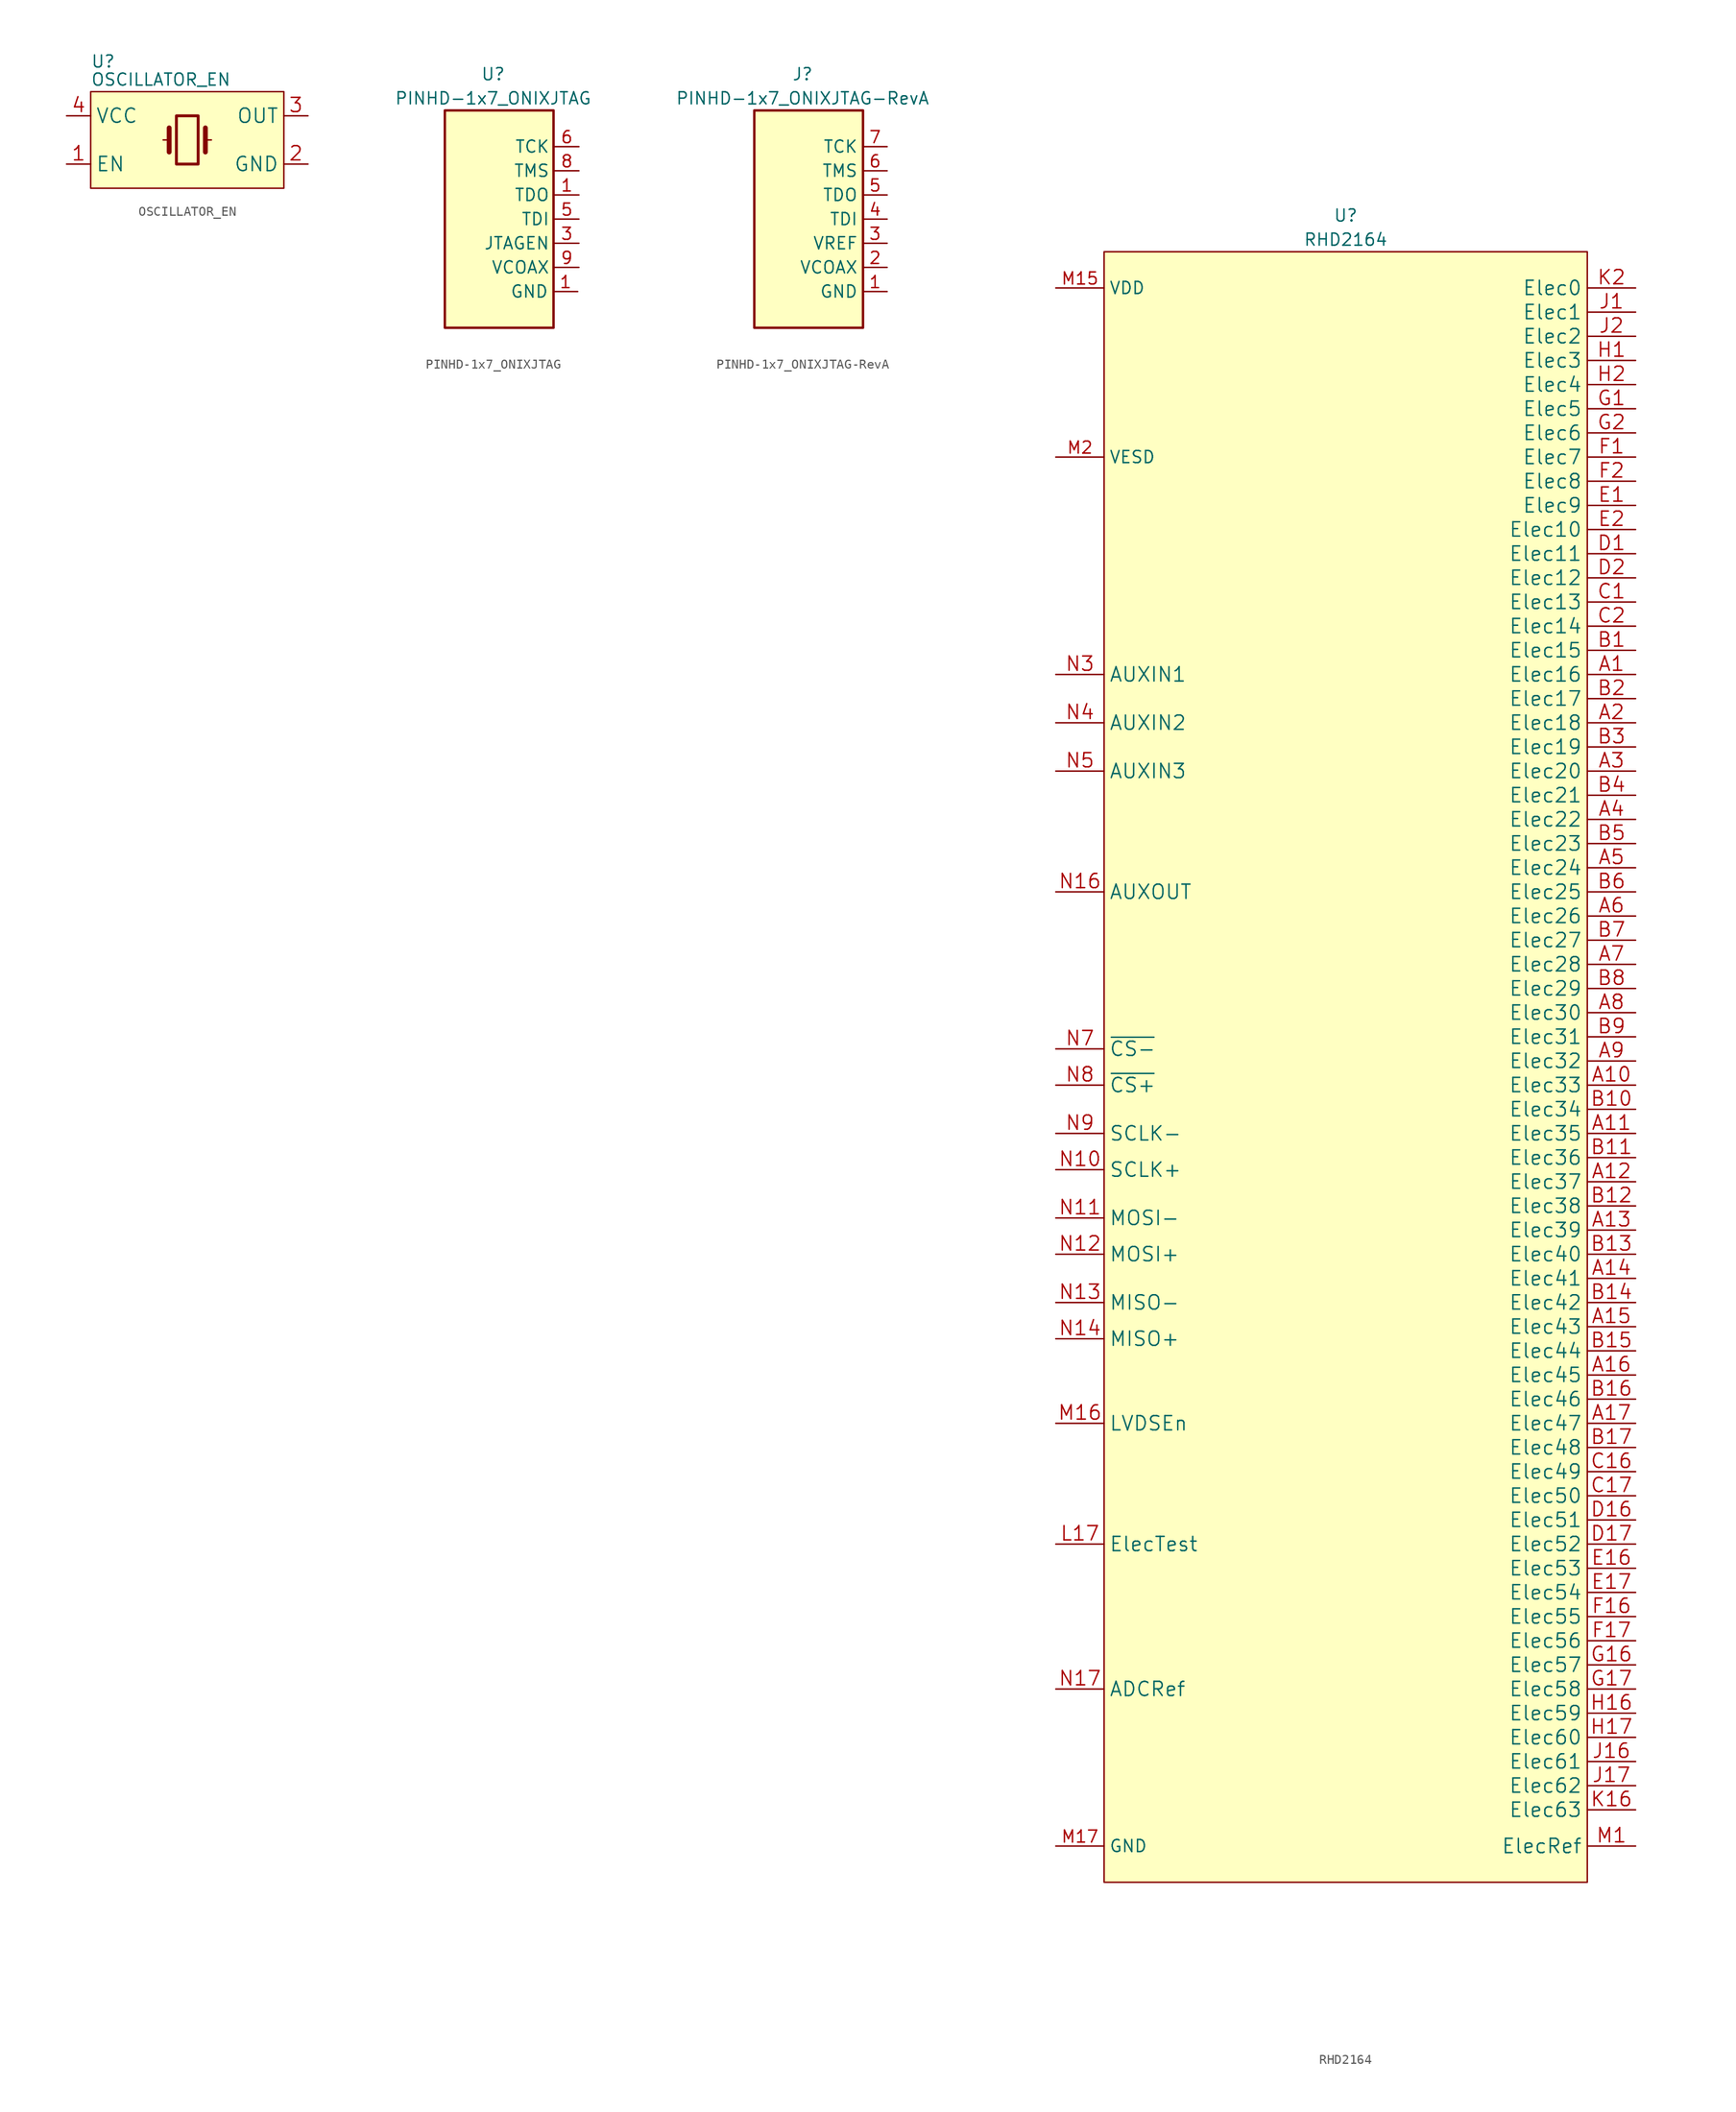
<source format=kicad_sym>
(kicad_symbol_lib
  (version 20211014)
  (generator kicad_symbol_editor)
  (symbol "OSCILLATOR_EN"
    (property "Reference" "U"
      (at -10.16 8.255 0)
      (effects (font (size 1.27 1.27)) (justify left)))
    (property "Value" "OSCILLATOR_EN"
      (at -10.16 6.35 0)
      (effects (font (size 1.27 1.27)) (justify left)))
    (symbol "OSCILLATOR_EN_0_1"
      (rectangle (start -10.16 5.08) (end 10.16 -5.08) (stroke (width 0.152) (type default) (color 0 0 0 0)) (fill (type background)))
      (rectangle (start -1.143 2.54) (end 1.143 -2.54) (stroke (width 0.305) (type default) (color 0 0 0 0)) (fill (type none)))
      (polyline (pts (xy -2.54 0) (xy -1.905 0)) (stroke (width 0) (type default) (color 0 0 0 0)) (fill (type none)))
      (polyline (pts (xy -1.905 -1.27) (xy -1.905 1.27)) (stroke (width 0.508) (type default) (color 0 0 0 0)) (fill (type none)))
      (polyline (pts (xy 1.905 -1.27) (xy 1.905 1.27)) (stroke (width 0.508) (type default) (color 0 0 0 0)) (fill (type none)))
      (polyline (pts (xy 2.54 0) (xy 1.905 0)) (stroke (width 0) (type default) (color 0 0 0 0)) (fill (type none))))
    (symbol "OSCILLATOR_EN_1_1"
      (pin input line (at -12.7 -2.54 0) (length 2.54) (name "EN" (effects (font (size 1.499 1.499)))) (number "1" (effects (font (size 1.499 1.499)))))
      (pin power_in line (at 12.7 -2.54 180) (length 2.54) (name "GND" (effects (font (size 1.499 1.499)))) (number "2" (effects (font (size 1.499 1.499)))))
      (pin output line (at 12.7 2.54 180) (length 2.54) (name "OUT" (effects (font (size 1.499 1.499)))) (number "3" (effects (font (size 1.499 1.499)))))
      (pin power_in line (at -12.7 2.54 0) (length 2.54) (name "VCC" (effects (font (size 1.499 1.499)))) (number "4" (effects (font (size 1.499 1.499)))))))
  (symbol "PINHD-1x7_ONIXJTAG"
    (property "Reference" "U"
      (at 0 16.51 0)
      (effects (font (size 1.27 1.27))))
    (property "Value" "PINHD-1x7_ONIXJTAG"
      (at 0 13.97 0)
      (effects (font (size 1.27 1.27))))
    (symbol "PINHD-1x7_ONIXJTAG_0_1"
      (rectangle (start -5.08 12.7) (end 6.35 -10.16) (stroke (width 0.254) (type default) (color 0 0 0 0)) (fill (type background))))
    (symbol "PINHD-1x7_ONIXJTAG_1_1"
      (pin power_in line (at 8.89 -6.35 180) (length 2.54) (name "GND" (effects (font (size 1.27 1.27)))) (number "1" (effects (font (size 1.27 1.27)))))
      (pin passive line (at 9.017 3.81 180) (length 2.54) (name "TDO" (effects (font (size 1.27 1.27)))) (number "1" (effects (font (size 1.27 1.27)))))
      (pin passive line (at 9.017 -1.27 180) (length 2.54) (name "JTAGEN" (effects (font (size 1.27 1.27)))) (number "3" (effects (font (size 1.27 1.27)))))
      (pin passive line (at 9.017 1.27 180) (length 2.54) (name "TDI" (effects (font (size 1.27 1.27)))) (number "5" (effects (font (size 1.27 1.27)))))
      (pin passive line (at 9.017 8.89 180) (length 2.54) (name "TCK" (effects (font (size 1.27 1.27)))) (number "6" (effects (font (size 1.27 1.27)))))
      (pin passive line (at 9.017 6.35 180) (length 2.54) (name "TMS" (effects (font (size 1.27 1.27)))) (number "8" (effects (font (size 1.27 1.27)))))
      (pin power_in line (at 9.017 -3.81 180) (length 2.54) (name "VCOAX" (effects (font (size 1.27 1.27)))) (number "9" (effects (font (size 1.27 1.27)))))))
  (symbol "PINHD-1x7_ONIXJTAG-RevA"
    (property "Reference" "J"
      (at 0 16.51 0)
      (effects (font (size 1.27 1.27))))
    (property "Value" "PINHD-1x7_ONIXJTAG-RevA"
      (at 0 13.97 0)
      (effects (font (size 1.27 1.27))))
    (symbol "PINHD-1x7_ONIXJTAG-RevA_0_1"
      (rectangle (start -5.08 12.7) (end 6.35 -10.16) (stroke (width 0.254) (type default) (color 0 0 0 0)) (fill (type background))))
    (symbol "PINHD-1x7_ONIXJTAG-RevA_1_1"
      (pin power_in line (at 8.89 -6.35 180) (length 2.54) (name "GND" (effects (font (size 1.27 1.27)))) (number "1" (effects (font (size 1.27 1.27)))))
      (pin power_out line (at 8.89 -3.81 180) (length 2.54) (name "VCOAX" (effects (font (size 1.27 1.27)))) (number "2" (effects (font (size 1.27 1.27)))))
      (pin input line (at 8.89 -1.27 180) (length 2.54) (name "VREF" (effects (font (size 1.27 1.27)))) (number "3" (effects (font (size 1.27 1.27)))))
      (pin input line (at 8.89 1.27 180) (length 2.54) (name "TDI" (effects (font (size 1.27 1.27)))) (number "4" (effects (font (size 1.27 1.27)))))
      (pin output line (at 8.89 3.81 180) (length 2.54) (name "TDO" (effects (font (size 1.27 1.27)))) (number "5" (effects (font (size 1.27 1.27)))))
      (pin output line (at 8.89 6.35 180) (length 2.54) (name "TMS" (effects (font (size 1.27 1.27)))) (number "6" (effects (font (size 1.27 1.27)))))
      (pin output line (at 8.89 8.89 180) (length 2.54) (name "TCK" (effects (font (size 1.27 1.27)))) (number "7" (effects (font (size 1.27 1.27)))))))
  (symbol "RHD2164"
    (property "Reference" "U"
      (at 0 78.74 0)
      (effects (font (size 1.27 1.27))))
    (property "Value" "RHD2164"
      (at 0 76.2 0)
      (effects (font (size 1.27 1.27))))
    (symbol "RHD2164_0_1"
      (rectangle (start -25.4 74.93) (end 25.4 -96.52) (stroke (width 0.152) (type default) (color 0 0 0 0)) (fill (type background))))
    (symbol "RHD2164_1_1"
      (pin input line (at 30.48 30.48 180) (length 5.08) (name "Elec16" (effects (font (size 1.499 1.499)))) (number "A1" (effects (font (size 1.499 1.499)))))
      (pin input line (at 30.48 -12.7 180) (length 5.08) (name "Elec33" (effects (font (size 1.499 1.499)))) (number "A10" (effects (font (size 1.499 1.499)))))
      (pin input line (at 30.48 -17.78 180) (length 5.08) (name "Elec35" (effects (font (size 1.499 1.499)))) (number "A11" (effects (font (size 1.499 1.499)))))
      (pin input line (at 30.48 -22.86 180) (length 5.08) (name "Elec37" (effects (font (size 1.499 1.499)))) (number "A12" (effects (font (size 1.499 1.499)))))
      (pin input line (at 30.48 -27.94 180) (length 5.08) (name "Elec39" (effects (font (size 1.499 1.499)))) (number "A13" (effects (font (size 1.499 1.499)))))
      (pin input line (at 30.48 -33.02 180) (length 5.08) (name "Elec41" (effects (font (size 1.499 1.499)))) (number "A14" (effects (font (size 1.499 1.499)))))
      (pin input line (at 30.48 -38.1 180) (length 5.08) (name "Elec43" (effects (font (size 1.499 1.499)))) (number "A15" (effects (font (size 1.499 1.499)))))
      (pin input line (at 30.48 -43.18 180) (length 5.08) (name "Elec45" (effects (font (size 1.499 1.499)))) (number "A16" (effects (font (size 1.499 1.499)))))
      (pin input line (at 30.48 -48.26 180) (length 5.08) (name "Elec47" (effects (font (size 1.499 1.499)))) (number "A17" (effects (font (size 1.499 1.499)))))
      (pin input line (at 30.48 25.4 180) (length 5.08) (name "Elec18" (effects (font (size 1.499 1.499)))) (number "A2" (effects (font (size 1.499 1.499)))))
      (pin input line (at 30.48 20.32 180) (length 5.08) (name "Elec20" (effects (font (size 1.499 1.499)))) (number "A3" (effects (font (size 1.499 1.499)))))
      (pin input line (at 30.48 15.24 180) (length 5.08) (name "Elec22" (effects (font (size 1.499 1.499)))) (number "A4" (effects (font (size 1.499 1.499)))))
      (pin input line (at 30.48 10.16 180) (length 5.08) (name "Elec24" (effects (font (size 1.499 1.499)))) (number "A5" (effects (font (size 1.499 1.499)))))
      (pin input line (at 30.48 5.08 180) (length 5.08) (name "Elec26" (effects (font (size 1.499 1.499)))) (number "A6" (effects (font (size 1.499 1.499)))))
      (pin input line (at 30.48 0 180) (length 5.08) (name "Elec28" (effects (font (size 1.499 1.499)))) (number "A7" (effects (font (size 1.499 1.499)))))
      (pin input line (at 30.48 -5.08 180) (length 5.08) (name "Elec30" (effects (font (size 1.499 1.499)))) (number "A8" (effects (font (size 1.499 1.499)))))
      (pin input line (at 30.48 -10.16 180) (length 5.08) (name "Elec32" (effects (font (size 1.499 1.499)))) (number "A9" (effects (font (size 1.499 1.499)))))
      (pin input line (at 30.48 33.02 180) (length 5.08) (name "Elec15" (effects (font (size 1.499 1.499)))) (number "B1" (effects (font (size 1.499 1.499)))))
      (pin input line (at 30.48 -15.24 180) (length 5.08) (name "Elec34" (effects (font (size 1.499 1.499)))) (number "B10" (effects (font (size 1.499 1.499)))))
      (pin input line (at 30.48 -20.32 180) (length 5.08) (name "Elec36" (effects (font (size 1.499 1.499)))) (number "B11" (effects (font (size 1.499 1.499)))))
      (pin input line (at 30.48 -25.4 180) (length 5.08) (name "Elec38" (effects (font (size 1.499 1.499)))) (number "B12" (effects (font (size 1.499 1.499)))))
      (pin input line (at 30.48 -30.48 180) (length 5.08) (name "Elec40" (effects (font (size 1.499 1.499)))) (number "B13" (effects (font (size 1.499 1.499)))))
      (pin input line (at 30.48 -35.56 180) (length 5.08) (name "Elec42" (effects (font (size 1.499 1.499)))) (number "B14" (effects (font (size 1.499 1.499)))))
      (pin input line (at 30.48 -40.64 180) (length 5.08) (name "Elec44" (effects (font (size 1.499 1.499)))) (number "B15" (effects (font (size 1.499 1.499)))))
      (pin input line (at 30.48 -45.72 180) (length 5.08) (name "Elec46" (effects (font (size 1.499 1.499)))) (number "B16" (effects (font (size 1.499 1.499)))))
      (pin input line (at 30.48 -50.8 180) (length 5.08) (name "Elec48" (effects (font (size 1.499 1.499)))) (number "B17" (effects (font (size 1.499 1.499)))))
      (pin input line (at 30.48 27.94 180) (length 5.08) (name "Elec17" (effects (font (size 1.499 1.499)))) (number "B2" (effects (font (size 1.499 1.499)))))
      (pin input line (at 30.48 22.86 180) (length 5.08) (name "Elec19" (effects (font (size 1.499 1.499)))) (number "B3" (effects (font (size 1.499 1.499)))))
      (pin input line (at 30.48 17.78 180) (length 5.08) (name "Elec21" (effects (font (size 1.499 1.499)))) (number "B4" (effects (font (size 1.499 1.499)))))
      (pin input line (at 30.48 12.7 180) (length 5.08) (name "Elec23" (effects (font (size 1.499 1.499)))) (number "B5" (effects (font (size 1.499 1.499)))))
      (pin input line (at 30.48 7.62 180) (length 5.08) (name "Elec25" (effects (font (size 1.499 1.499)))) (number "B6" (effects (font (size 1.499 1.499)))))
      (pin input line (at 30.48 2.54 180) (length 5.08) (name "Elec27" (effects (font (size 1.499 1.499)))) (number "B7" (effects (font (size 1.499 1.499)))))
      (pin input line (at 30.48 -2.54 180) (length 5.08) (name "Elec29" (effects (font (size 1.499 1.499)))) (number "B8" (effects (font (size 1.499 1.499)))))
      (pin input line (at 30.48 -7.62 180) (length 5.08) (name "Elec31" (effects (font (size 1.499 1.499)))) (number "B9" (effects (font (size 1.499 1.499)))))
      (pin input line (at 30.48 38.1 180) (length 5.08) (name "Elec13" (effects (font (size 1.499 1.499)))) (number "C1" (effects (font (size 1.499 1.499)))))
      (pin input line (at 30.48 -53.34 180) (length 5.08) (name "Elec49" (effects (font (size 1.499 1.499)))) (number "C16" (effects (font (size 1.499 1.499)))))
      (pin input line (at 30.48 -55.88 180) (length 5.08) (name "Elec50" (effects (font (size 1.499 1.499)))) (number "C17" (effects (font (size 1.499 1.499)))))
      (pin input line (at 30.48 35.56 180) (length 5.08) (name "Elec14" (effects (font (size 1.499 1.499)))) (number "C2" (effects (font (size 1.499 1.499)))))
      (pin input line (at 30.48 43.18 180) (length 5.08) (name "Elec11" (effects (font (size 1.499 1.499)))) (number "D1" (effects (font (size 1.499 1.499)))))
      (pin input line (at 30.48 -58.42 180) (length 5.08) (name "Elec51" (effects (font (size 1.499 1.499)))) (number "D16" (effects (font (size 1.499 1.499)))))
      (pin input line (at 30.48 -60.96 180) (length 5.08) (name "Elec52" (effects (font (size 1.499 1.499)))) (number "D17" (effects (font (size 1.499 1.499)))))
      (pin input line (at 30.48 40.64 180) (length 5.08) (name "Elec12" (effects (font (size 1.499 1.499)))) (number "D2" (effects (font (size 1.499 1.499)))))
      (pin input line (at 30.48 48.26 180) (length 5.08) (name "Elec9" (effects (font (size 1.499 1.499)))) (number "E1" (effects (font (size 1.499 1.499)))))
      (pin input line (at 30.48 -63.5 180) (length 5.08) (name "Elec53" (effects (font (size 1.499 1.499)))) (number "E16" (effects (font (size 1.499 1.499)))))
      (pin input line (at 30.48 -66.04 180) (length 5.08) (name "Elec54" (effects (font (size 1.499 1.499)))) (number "E17" (effects (font (size 1.499 1.499)))))
      (pin input line (at 30.48 45.72 180) (length 5.08) (name "Elec10" (effects (font (size 1.499 1.499)))) (number "E2" (effects (font (size 1.499 1.499)))))
      (pin input line (at 30.48 53.34 180) (length 5.08) (name "Elec7" (effects (font (size 1.499 1.499)))) (number "F1" (effects (font (size 1.499 1.499)))))
      (pin input line (at 30.48 -68.58 180) (length 5.08) (name "Elec55" (effects (font (size 1.499 1.499)))) (number "F16" (effects (font (size 1.499 1.499)))))
      (pin input line (at 30.48 -71.12 180) (length 5.08) (name "Elec56" (effects (font (size 1.499 1.499)))) (number "F17" (effects (font (size 1.499 1.499)))))
      (pin input line (at 30.48 50.8 180) (length 5.08) (name "Elec8" (effects (font (size 1.499 1.499)))) (number "F2" (effects (font (size 1.499 1.499)))))
      (pin input line (at 30.48 58.42 180) (length 5.08) (name "Elec5" (effects (font (size 1.499 1.499)))) (number "G1" (effects (font (size 1.499 1.499)))))
      (pin input line (at 30.48 -73.66 180) (length 5.08) (name "Elec57" (effects (font (size 1.499 1.499)))) (number "G16" (effects (font (size 1.499 1.499)))))
      (pin input line (at 30.48 -76.2 180) (length 5.08) (name "Elec58" (effects (font (size 1.499 1.499)))) (number "G17" (effects (font (size 1.499 1.499)))))
      (pin input line (at 30.48 55.88 180) (length 5.08) (name "Elec6" (effects (font (size 1.499 1.499)))) (number "G2" (effects (font (size 1.499 1.499)))))
      (pin input line (at 30.48 63.5 180) (length 5.08) (name "Elec3" (effects (font (size 1.499 1.499)))) (number "H1" (effects (font (size 1.499 1.499)))))
      (pin input line (at 30.48 -78.74 180) (length 5.08) (name "Elec59" (effects (font (size 1.499 1.499)))) (number "H16" (effects (font (size 1.499 1.499)))))
      (pin input line (at 30.48 -81.28 180) (length 5.08) (name "Elec60" (effects (font (size 1.499 1.499)))) (number "H17" (effects (font (size 1.499 1.499)))))
      (pin input line (at 30.48 60.96 180) (length 5.08) (name "Elec4" (effects (font (size 1.499 1.499)))) (number "H2" (effects (font (size 1.499 1.499)))))
      (pin input line (at 30.48 68.58 180) (length 5.08) (name "Elec1" (effects (font (size 1.499 1.499)))) (number "J1" (effects (font (size 1.499 1.499)))))
      (pin input line (at 30.48 -83.82 180) (length 5.08) (name "Elec61" (effects (font (size 1.499 1.499)))) (number "J16" (effects (font (size 1.499 1.499)))))
      (pin input line (at 30.48 -86.36 180) (length 5.08) (name "Elec62" (effects (font (size 1.499 1.499)))) (number "J17" (effects (font (size 1.499 1.499)))))
      (pin input line (at 30.48 66.04 180) (length 5.08) (name "Elec2" (effects (font (size 1.499 1.499)))) (number "J2" (effects (font (size 1.499 1.499)))))
      (pin input line (at 30.48 -88.9 180) (length 5.08) (name "Elec63" (effects (font (size 1.499 1.499)))) (number "K16" (effects (font (size 1.499 1.499)))))
      (pin input line (at 30.48 71.12 180) (length 5.08) (name "Elec0" (effects (font (size 1.499 1.499)))) (number "K2" (effects (font (size 1.499 1.499)))))
      (pin input line (at -30.48 -60.96 0) (length 5.08) (name "ElecTest" (effects (font (size 1.499 1.499)))) (number "L17" (effects (font (size 1.499 1.499)))))
      (pin input line (at 30.48 -92.71 180) (length 5.08) (name "ElecRef" (effects (font (size 1.499 1.499)))) (number "M1" (effects (font (size 1.499 1.499)))))
      (pin power_in line (at -30.48 71.12 0) (length 5.08) (name "VDD" (effects (font (size 1.27 1.27)))) (number "M15" (effects (font (size 1.27 1.27)))))
      (pin input line (at -30.48 -48.26 0) (length 5.08) (name "LVDSEn" (effects (font (size 1.499 1.499)))) (number "M16" (effects (font (size 1.499 1.499)))))
      (pin power_in line (at -30.48 -92.71 0) (length 5.08) (name "GND" (effects (font (size 1.27 1.27)))) (number "M17" (effects (font (size 1.27 1.27)))))
      (pin power_in line (at -30.48 53.34 0) (length 5.08) (name "VESD" (effects (font (size 1.27 1.27)))) (number "M2" (effects (font (size 1.27 1.27)))))
      (pin passive line (at -30.48 -92.71 0) (length 5.08) hide (name "GND" (effects (font (size 1.27 1.27)))) (number "N1" (effects (font (size 1.27 1.27)))))
      (pin input line (at -30.48 -21.59 0) (length 5.08) (name "SCLK+" (effects (font (size 1.499 1.499)))) (number "N10" (effects (font (size 1.499 1.499)))))
      (pin input line (at -30.48 -26.67 0) (length 5.08) (name "MOSI-" (effects (font (size 1.499 1.499)))) (number "N11" (effects (font (size 1.499 1.499)))))
      (pin input line (at -30.48 -30.48 0) (length 5.08) (name "MOSI+" (effects (font (size 1.499 1.499)))) (number "N12" (effects (font (size 1.499 1.499)))))
      (pin output line (at -30.48 -35.56 0) (length 5.08) (name "MISO-" (effects (font (size 1.499 1.499)))) (number "N13" (effects (font (size 1.499 1.499)))))
      (pin output line (at -30.48 -39.37 0) (length 5.08) (name "MISO+" (effects (font (size 1.499 1.499)))) (number "N14" (effects (font (size 1.499 1.499)))))
      (pin passive line (at -30.48 71.12 0) (length 5.08) hide (name "VDD" (effects (font (size 1.27 1.27)))) (number "N15" (effects (font (size 1.27 1.27)))))
      (pin input line (at -30.48 7.62 0) (length 5.08) (name "AUXOUT" (effects (font (size 1.499 1.499)))) (number "N16" (effects (font (size 1.499 1.499)))))
      (pin input line (at -30.48 -76.2 0) (length 5.08) (name "ADCRef" (effects (font (size 1.499 1.499)))) (number "N17" (effects (font (size 1.499 1.499)))))
      (pin passive line (at -30.48 71.12 0) (length 5.08) hide (name "VDD" (effects (font (size 1.27 1.27)))) (number "N2" (effects (font (size 1.27 1.27)))))
      (pin input line (at -30.48 30.48 0) (length 5.08) (name "AUXIN1" (effects (font (size 1.499 1.499)))) (number "N3" (effects (font (size 1.499 1.499)))))
      (pin input line (at -30.48 25.4 0) (length 5.08) (name "AUXIN2" (effects (font (size 1.499 1.499)))) (number "N4" (effects (font (size 1.499 1.499)))))
      (pin input line (at -30.48 20.32 0) (length 5.08) (name "AUXIN3" (effects (font (size 1.499 1.499)))) (number "N5" (effects (font (size 1.499 1.499)))))
      (pin passive line (at -30.48 -92.71 0) (length 5.08) hide (name "GND" (effects (font (size 1.27 1.27)))) (number "N6" (effects (font (size 1.27 1.27)))))
      (pin input line (at -30.48 -8.89 0) (length 5.08) (name "~{CS-}" (effects (font (size 1.499 1.499)))) (number "N7" (effects (font (size 1.499 1.499)))))
      (pin input line (at -30.48 -12.7 0) (length 5.08) (name "~{CS+}" (effects (font (size 1.499 1.499)))) (number "N8" (effects (font (size 1.499 1.499)))))
      (pin input line (at -30.48 -17.78 0) (length 5.08) (name "SCLK-" (effects (font (size 1.499 1.499)))) (number "N9" (effects (font (size 1.499 1.499))))))))
</source>
